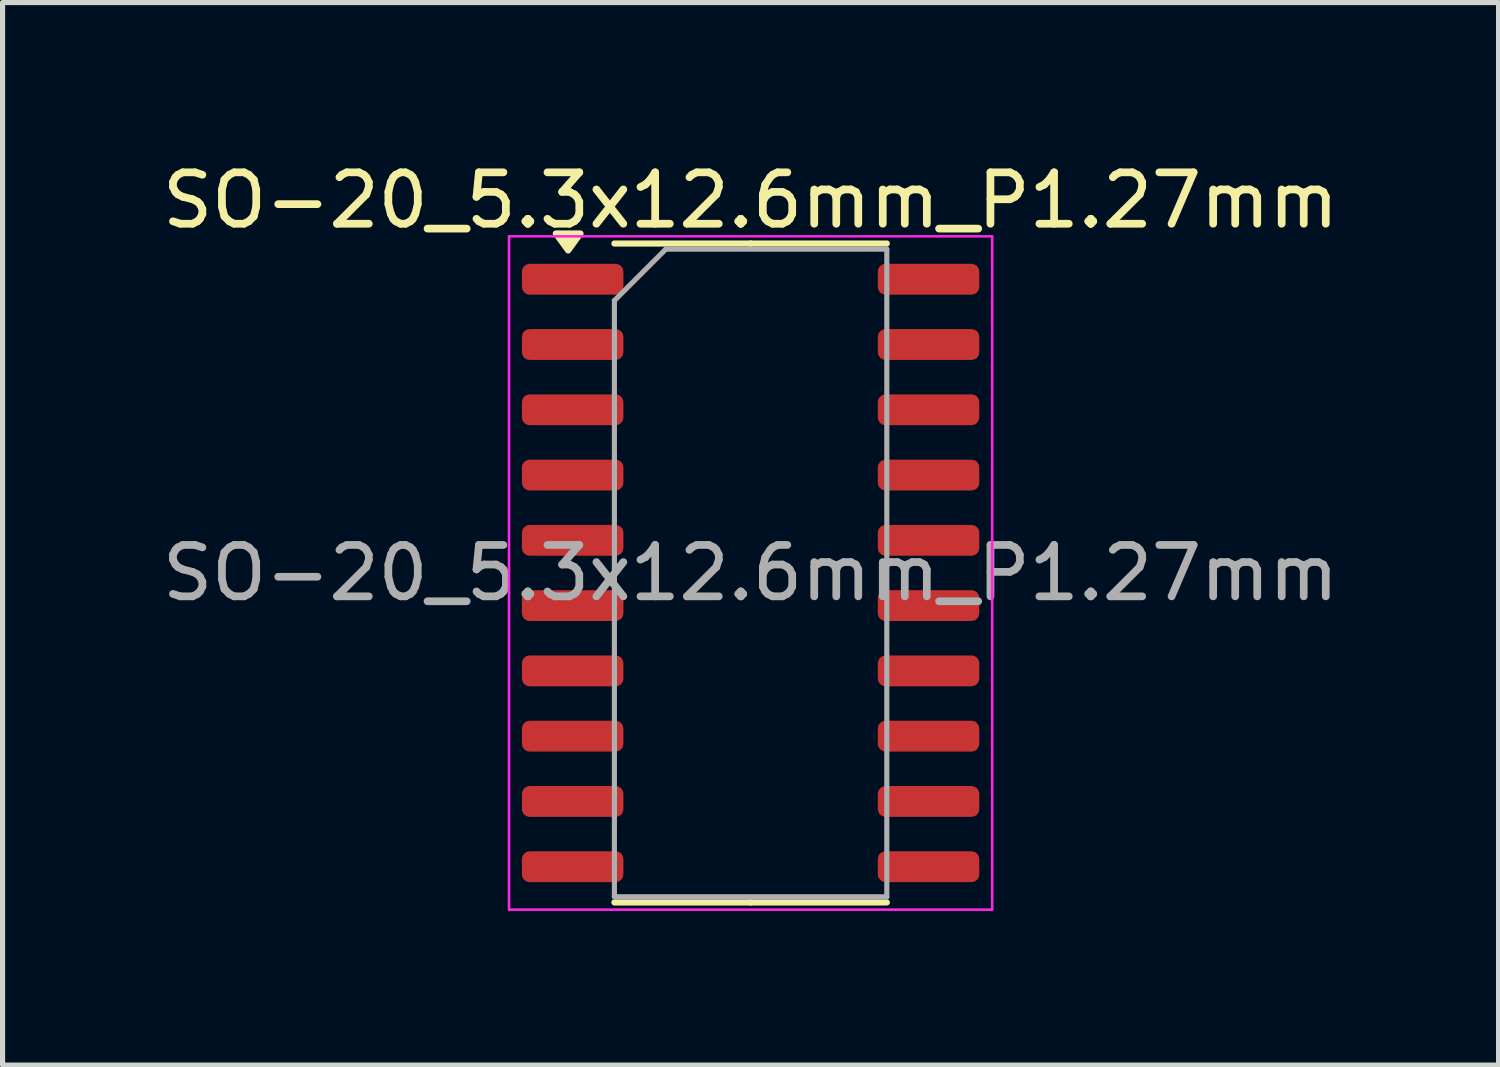
<source format=kicad_pcb>
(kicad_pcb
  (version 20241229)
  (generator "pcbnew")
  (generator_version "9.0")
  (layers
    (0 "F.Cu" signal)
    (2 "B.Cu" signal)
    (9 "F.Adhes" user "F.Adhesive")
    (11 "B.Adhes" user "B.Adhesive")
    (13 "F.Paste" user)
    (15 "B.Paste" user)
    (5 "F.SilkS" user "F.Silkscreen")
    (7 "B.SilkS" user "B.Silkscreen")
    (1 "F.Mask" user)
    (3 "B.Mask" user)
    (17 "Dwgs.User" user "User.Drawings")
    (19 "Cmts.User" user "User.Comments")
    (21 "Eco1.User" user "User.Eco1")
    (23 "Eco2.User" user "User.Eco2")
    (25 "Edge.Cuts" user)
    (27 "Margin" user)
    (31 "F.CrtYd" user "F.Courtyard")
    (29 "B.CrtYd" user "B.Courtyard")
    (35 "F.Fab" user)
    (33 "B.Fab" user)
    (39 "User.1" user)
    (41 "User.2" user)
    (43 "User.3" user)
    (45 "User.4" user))
  (footprint "SO-20_5.3x12.6mm_P1.27mm"
    (layer "F.Cu")
    (at 11.554 8.098)
    (property "Reference" "SO-20_5.3x12.6mm_P1.27mm" (at 0 -7.25 0) (layer "F.SilkS") (effects (font (size 1 1) (thickness 0.15))))
    (attr smd)
    (fp_line (start 0 -6.41) (end -2.65 -6.41) (stroke (width 0.12) (type solid)) (layer "F.SilkS"))
    (fp_line (start 0 -6.41) (end 2.65 -6.41) (stroke (width 0.12) (type solid)) (layer "F.SilkS"))
    (fp_line (start 0 6.41) (end -2.65 6.41) (stroke (width 0.12) (type solid)) (layer "F.SilkS"))
    (fp_line (start 0 6.41) (end 2.65 6.41) (stroke (width 0.12) (type solid)) (layer "F.SilkS"))
    (fp_poly (pts (xy -3.55 -6.275) (xy -3.79 -6.605) (xy -3.31 -6.605) (xy -3.55 -6.275)) (stroke (width 0.12) (type solid)) (fill yes) (layer "F.SilkS"))
    (fp_line (start -4.7 -6.55) (end -4.7 6.55) (stroke (width 0.05) (type solid)) (layer "F.CrtYd"))
    (fp_line (start -4.7 6.55) (end 4.7 6.55) (stroke (width 0.05) (type solid)) (layer "F.CrtYd"))
    (fp_line (start 4.7 -6.55) (end -4.7 -6.55) (stroke (width 0.05) (type solid)) (layer "F.CrtYd"))
    (fp_line (start 4.7 6.55) (end 4.7 -6.55) (stroke (width 0.05) (type solid)) (layer "F.CrtYd"))
    (fp_line (start -2.65 -5.3) (end -1.65 -6.3) (stroke (width 0.1) (type solid)) (layer "F.Fab"))
    (fp_line (start -2.65 6.3) (end -2.65 -5.3) (stroke (width 0.1) (type solid)) (layer "F.Fab"))
    (fp_line (start -1.65 -6.3) (end 2.65 -6.3) (stroke (width 0.1) (type solid)) (layer "F.Fab"))
    (fp_line (start 2.65 -6.3) (end 2.65 6.3) (stroke (width 0.1) (type solid)) (layer "F.Fab"))
    (fp_line (start 2.65 6.3) (end -2.65 6.3) (stroke (width 0.1) (type solid)) (layer "F.Fab"))
    (fp_text user "${REFERENCE}" (at 0 0 0) (layer "F.Fab") (effects (font (size 1 1) (thickness 0.15))))
    (pad "1" smd roundrect (at -3.462 -5.715) (size 1.975 0.6) (layers "F.Cu" "F.Mask" "F.Paste") (roundrect_rratio 0.25))
    (pad "2" smd roundrect (at -3.462 -4.445) (size 1.975 0.6) (layers "F.Cu" "F.Mask" "F.Paste") (roundrect_rratio 0.25))
    (pad "3" smd roundrect (at -3.462 -3.175) (size 1.975 0.6) (layers "F.Cu" "F.Mask" "F.Paste") (roundrect_rratio 0.25))
    (pad "4" smd roundrect (at -3.462 -1.905) (size 1.975 0.6) (layers "F.Cu" "F.Mask" "F.Paste") (roundrect_rratio 0.25))
    (pad "5" smd roundrect (at -3.462 -0.635) (size 1.975 0.6) (layers "F.Cu" "F.Mask" "F.Paste") (roundrect_rratio 0.25))
    (pad "6" smd roundrect (at -3.462 0.635) (size 1.975 0.6) (layers "F.Cu" "F.Mask" "F.Paste") (roundrect_rratio 0.25))
    (pad "7" smd roundrect (at -3.462 1.905) (size 1.975 0.6) (layers "F.Cu" "F.Mask" "F.Paste") (roundrect_rratio 0.25))
    (pad "8" smd roundrect (at -3.462 3.175) (size 1.975 0.6) (layers "F.Cu" "F.Mask" "F.Paste") (roundrect_rratio 0.25))
    (pad "9" smd roundrect (at -3.462 4.445) (size 1.975 0.6) (layers "F.Cu" "F.Mask" "F.Paste") (roundrect_rratio 0.25))
    (pad "10" smd roundrect (at -3.462 5.715) (size 1.975 0.6) (layers "F.Cu" "F.Mask" "F.Paste") (roundrect_rratio 0.25))
    (pad "11" smd roundrect (at 3.462 5.715) (size 1.975 0.6) (layers "F.Cu" "F.Mask" "F.Paste") (roundrect_rratio 0.25))
    (pad "12" smd roundrect (at 3.462 4.445) (size 1.975 0.6) (layers "F.Cu" "F.Mask" "F.Paste") (roundrect_rratio 0.25))
    (pad "13" smd roundrect (at 3.462 3.175) (size 1.975 0.6) (layers "F.Cu" "F.Mask" "F.Paste") (roundrect_rratio 0.25))
    (pad "14" smd roundrect (at 3.462 1.905) (size 1.975 0.6) (layers "F.Cu" "F.Mask" "F.Paste") (roundrect_rratio 0.25))
    (pad "15" smd roundrect (at 3.462 0.635) (size 1.975 0.6) (layers "F.Cu" "F.Mask" "F.Paste") (roundrect_rratio 0.25))
    (pad "16" smd roundrect (at 3.462 -0.635) (size 1.975 0.6) (layers "F.Cu" "F.Mask" "F.Paste") (roundrect_rratio 0.25))
    (pad "17" smd roundrect (at 3.462 -1.905) (size 1.975 0.6) (layers "F.Cu" "F.Mask" "F.Paste") (roundrect_rratio 0.25))
    (pad "18" smd roundrect (at 3.462 -3.175) (size 1.975 0.6) (layers "F.Cu" "F.Mask" "F.Paste") (roundrect_rratio 0.25))
    (pad "19" smd roundrect (at 3.462 -4.445) (size 1.975 0.6) (layers "F.Cu" "F.Mask" "F.Paste") (roundrect_rratio 0.25))
    (pad "20" smd roundrect (at 3.462 -5.715) (size 1.975 0.6) (layers "F.Cu" "F.Mask" "F.Paste") (roundrect_rratio 0.25)))
  (gr_rect
    (start -3 -3)
    (end 26.107 17.673)
    (stroke (width 0.1) (type default))
    (fill no)
    (layer "Edge.Cuts")))
</source>
